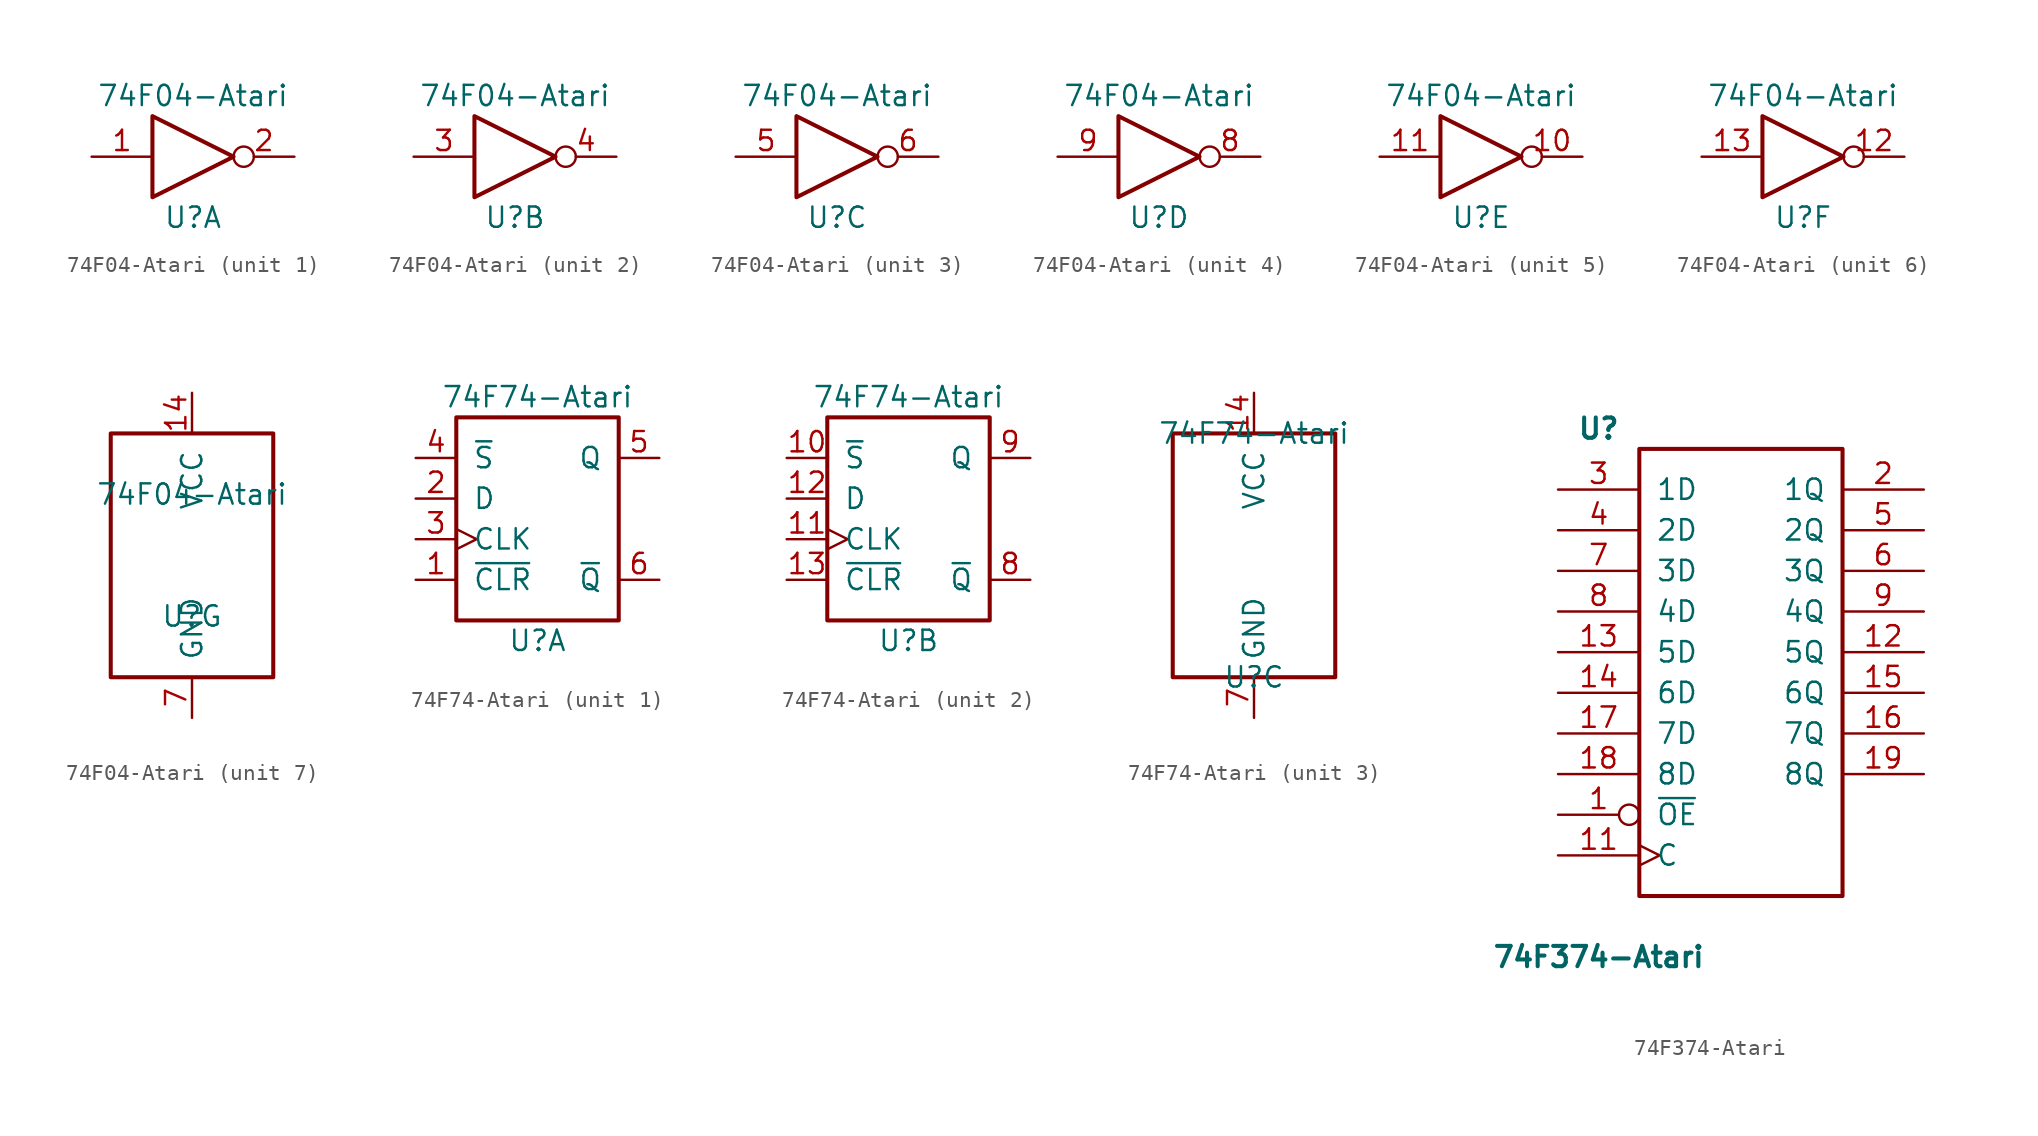
<source format=kicad_sym>
(kicad_symbol_lib
  (version 20231120)
  (generator "kicad_symbol_editor")
  (generator_version "8.0")
  (symbol "74F04-Atari"
    (pin_names
      (offset 1.016))
    (property "Reference" "U"
      (at 0 -3.81 0)
      (effects (font (size 1.27 1.27))))
    (property "Value" "74F04-Atari"
      (at 0 3.81 0)
      (effects (font (size 1.27 1.27))))
    (property "ki_locked" ""
      (at 0 0 0)
      (effects (font (size 1.27 1.27))))
    (symbol "74F04-Atari_1_0"
      (pin input line (at -6.35 0 0) (length 3.81) (name "~" (effects (font (size 1.27 1.27)))) (number "1" (effects (font (size 1.27 1.27)))))
      (pin output inverted (at 6.35 0 180) (length 3.81) (name "~" (effects (font (size 1.27 1.27)))) (number "2" (effects (font (size 1.27 1.27))))))
    (symbol "74F04-Atari_1_1"
      (polyline (pts (xy -2.54 2.54) (xy -2.54 -2.54) (xy 2.54 0) (xy -2.54 2.54)) (stroke (width 0.254) (type solid)) (fill (type none))))
    (symbol "74F04-Atari_2_0"
      (pin input line (at -6.35 0 0) (length 3.81) (name "~" (effects (font (size 1.27 1.27)))) (number "3" (effects (font (size 1.27 1.27)))))
      (pin output inverted (at 6.35 0 180) (length 3.81) (name "~" (effects (font (size 1.27 1.27)))) (number "4" (effects (font (size 1.27 1.27))))))
    (symbol "74F04-Atari_2_1"
      (polyline (pts (xy -2.54 2.54) (xy -2.54 -2.54) (xy 2.54 0) (xy -2.54 2.54)) (stroke (width 0.254) (type solid)) (fill (type none))))
    (symbol "74F04-Atari_3_0"
      (pin input line (at -6.35 0 0) (length 3.81) (name "~" (effects (font (size 1.27 1.27)))) (number "5" (effects (font (size 1.27 1.27)))))
      (pin output inverted (at 6.35 0 180) (length 3.81) (name "~" (effects (font (size 1.27 1.27)))) (number "6" (effects (font (size 1.27 1.27))))))
    (symbol "74F04-Atari_3_1"
      (polyline (pts (xy -2.54 2.54) (xy -2.54 -2.54) (xy 2.54 0) (xy -2.54 2.54)) (stroke (width 0.254) (type solid)) (fill (type none))))
    (symbol "74F04-Atari_4_0"
      (pin output inverted (at 6.35 0 180) (length 3.81) (name "~" (effects (font (size 1.27 1.27)))) (number "8" (effects (font (size 1.27 1.27)))))
      (pin input line (at -6.35 0 0) (length 3.81) (name "~" (effects (font (size 1.27 1.27)))) (number "9" (effects (font (size 1.27 1.27))))))
    (symbol "74F04-Atari_4_1"
      (polyline (pts (xy -2.54 2.54) (xy -2.54 -2.54) (xy 2.54 0) (xy -2.54 2.54)) (stroke (width 0.254) (type solid)) (fill (type none))))
    (symbol "74F04-Atari_5_0"
      (pin output inverted (at 6.35 0 180) (length 3.81) (name "~" (effects (font (size 1.27 1.27)))) (number "10" (effects (font (size 1.27 1.27)))))
      (pin input line (at -6.35 0 0) (length 3.81) (name "~" (effects (font (size 1.27 1.27)))) (number "11" (effects (font (size 1.27 1.27))))))
    (symbol "74F04-Atari_5_1"
      (polyline (pts (xy -2.54 2.54) (xy -2.54 -2.54) (xy 2.54 0) (xy -2.54 2.54)) (stroke (width 0.254) (type solid)) (fill (type none))))
    (symbol "74F04-Atari_6_0"
      (pin output inverted (at 6.35 0 180) (length 3.81) (name "~" (effects (font (size 1.27 1.27)))) (number "12" (effects (font (size 1.27 1.27)))))
      (pin input line (at -6.35 0 0) (length 3.81) (name "~" (effects (font (size 1.27 1.27)))) (number "13" (effects (font (size 1.27 1.27))))))
    (symbol "74F04-Atari_6_1"
      (polyline (pts (xy -2.54 2.54) (xy -2.54 -2.54) (xy 2.54 0) (xy -2.54 2.54)) (stroke (width 0.254) (type solid)) (fill (type none))))
    (symbol "74F04-Atari_7_0"
      (pin power_in line (at 0 10.16 270) (length 2.54) (name "VCC" (effects (font (size 1.27 1.27)))) (number "14" (effects (font (size 1.27 1.27)))))
      (pin power_in line (at 0 -10.16 90) (length 2.54) (name "GND" (effects (font (size 1.27 1.27)))) (number "7" (effects (font (size 1.27 1.27))))))
    (symbol "74F04-Atari_7_1"
      (rectangle (start -5.08 7.62) (end 5.08 -7.62) (stroke (width 0.254) (type solid)) (fill (type none)))))
  (symbol "74F74-Atari"
    (pin_names
      (offset 1.016))
    (property "Reference" "U"
      (at 0 -7.62 0)
      (effects (font (size 1.27 1.27))))
    (property "Value" "74F74-Atari"
      (at 0 7.62 0)
      (effects (font (size 1.27 1.27))))
    (property "ki_locked" ""
      (at 0 0 0)
      (effects (font (size 1.27 1.27))))
    (symbol "74F74-Atari_1_0"
      (pin input line (at -7.62 -3.81 0) (length 2.54) (name "~{CLR}" (effects (font (size 1.27 1.27)))) (number "1" (effects (font (size 1.27 1.27)))))
      (pin input line (at -7.62 1.27 0) (length 2.54) (name "D" (effects (font (size 1.27 1.27)))) (number "2" (effects (font (size 1.27 1.27)))))
      (pin input clock (at -7.62 -1.27 0) (length 2.54) (name "CLK" (effects (font (size 1.27 1.27)))) (number "3" (effects (font (size 1.27 1.27)))))
      (pin input line (at -7.62 3.81 0) (length 2.54) (name "~{S}" (effects (font (size 1.27 1.27)))) (number "4" (effects (font (size 1.27 1.27)))))
      (pin output line (at 7.62 3.81 180) (length 2.54) (name "Q" (effects (font (size 1.27 1.27)))) (number "5" (effects (font (size 1.27 1.27)))))
      (pin output line (at 7.62 -3.81 180) (length 2.54) (name "~{Q}" (effects (font (size 1.27 1.27)))) (number "6" (effects (font (size 1.27 1.27))))))
    (symbol "74F74-Atari_1_1"
      (rectangle (start -5.08 6.35) (end 5.08 -6.35) (stroke (width 0.254) (type solid)) (fill (type none))))
    (symbol "74F74-Atari_2_0"
      (pin input line (at -7.62 3.81 0) (length 2.54) (name "~{S}" (effects (font (size 1.27 1.27)))) (number "10" (effects (font (size 1.27 1.27)))))
      (pin input clock (at -7.62 -1.27 0) (length 2.54) (name "CLK" (effects (font (size 1.27 1.27)))) (number "11" (effects (font (size 1.27 1.27)))))
      (pin input line (at -7.62 1.27 0) (length 2.54) (name "D" (effects (font (size 1.27 1.27)))) (number "12" (effects (font (size 1.27 1.27)))))
      (pin input line (at -7.62 -3.81 0) (length 2.54) (name "~{CLR}" (effects (font (size 1.27 1.27)))) (number "13" (effects (font (size 1.27 1.27)))))
      (pin output line (at 7.62 -3.81 180) (length 2.54) (name "~{Q}" (effects (font (size 1.27 1.27)))) (number "8" (effects (font (size 1.27 1.27)))))
      (pin output line (at 7.62 3.81 180) (length 2.54) (name "Q" (effects (font (size 1.27 1.27)))) (number "9" (effects (font (size 1.27 1.27))))))
    (symbol "74F74-Atari_2_1"
      (rectangle (start -5.08 6.35) (end 5.08 -6.35) (stroke (width 0.254) (type solid)) (fill (type none))))
    (symbol "74F74-Atari_3_0"
      (pin power_in line (at 0 10.16 270) (length 2.54) (name "VCC" (effects (font (size 1.27 1.27)))) (number "14" (effects (font (size 1.27 1.27)))))
      (pin power_in line (at 0 -10.16 90) (length 2.54) (name "GND" (effects (font (size 1.27 1.27)))) (number "7" (effects (font (size 1.27 1.27))))))
    (symbol "74F74-Atari_3_1"
      (rectangle (start -5.08 7.62) (end 5.08 -7.62) (stroke (width 0.254) (type solid)) (fill (type none)))))
  (symbol "74F374-Atari"
    (pin_names
      (offset 1.016))
    (property "Reference" "U"
      (at -8.89 16.51 0)
      (effects (font (size 1.27 1.27) (bold yes))))
    (property "Value" "74F374-Atari"
      (at -8.89 -16.51 0)
      (effects (font (size 1.27 1.27) (bold yes))))
    (property "ki_locked" ""
      (at 0 0 0)
      (effects (font (size 1.27 1.27))))
    (symbol "74F374-Atari_1_0"
      (pin input inverted (at -11.43 -7.62 0) (length 5.08) (name "~{OE}" (effects (font (size 1.27 1.27)))) (number "1" (effects (font (size 1.27 1.27)))))
      (pin power_in line (at 0 -2.54 90) (length 0) hide (name "GND" (effects (font (size 0 0)))) (number "10" (effects (font (size 1.27 1.27)))))
      (pin input clock (at -11.43 -10.16 0) (length 5.08) (name "C" (effects (font (size 1.27 1.27)))) (number "11" (effects (font (size 1.27 1.27)))))
      (pin tri_state line (at 11.43 2.54 180) (length 5.08) (name "5Q" (effects (font (size 1.27 1.27)))) (number "12" (effects (font (size 1.27 1.27)))))
      (pin input line (at -11.43 2.54 0) (length 5.08) (name "5D" (effects (font (size 1.27 1.27)))) (number "13" (effects (font (size 1.27 1.27)))))
      (pin input line (at -11.43 0 0) (length 5.08) (name "6D" (effects (font (size 1.27 1.27)))) (number "14" (effects (font (size 1.27 1.27)))))
      (pin tri_state line (at 11.43 0 180) (length 5.08) (name "6Q" (effects (font (size 1.27 1.27)))) (number "15" (effects (font (size 1.27 1.27)))))
      (pin tri_state line (at 11.43 -2.54 180) (length 5.08) (name "7Q" (effects (font (size 1.27 1.27)))) (number "16" (effects (font (size 1.27 1.27)))))
      (pin input line (at -11.43 -2.54 0) (length 5.08) (name "7D" (effects (font (size 1.27 1.27)))) (number "17" (effects (font (size 1.27 1.27)))))
      (pin input line (at -11.43 -5.08 0) (length 5.08) (name "8D" (effects (font (size 1.27 1.27)))) (number "18" (effects (font (size 1.27 1.27)))))
      (pin tri_state line (at 11.43 -5.08 180) (length 5.08) (name "8Q" (effects (font (size 1.27 1.27)))) (number "19" (effects (font (size 1.27 1.27)))))
      (pin tri_state line (at 11.43 12.7 180) (length 5.08) (name "1Q" (effects (font (size 1.27 1.27)))) (number "2" (effects (font (size 1.27 1.27)))))
      (pin power_in line (at 0 2.54 270) (length 0) hide (name "VCC" (effects (font (size 0 0)))) (number "20" (effects (font (size 1.27 1.27)))))
      (pin input line (at -11.43 12.7 0) (length 5.08) (name "1D" (effects (font (size 1.27 1.27)))) (number "3" (effects (font (size 1.27 1.27)))))
      (pin input line (at -11.43 10.16 0) (length 5.08) (name "2D" (effects (font (size 1.27 1.27)))) (number "4" (effects (font (size 1.27 1.27)))))
      (pin tri_state line (at 11.43 10.16 180) (length 5.08) (name "2Q" (effects (font (size 1.27 1.27)))) (number "5" (effects (font (size 1.27 1.27)))))
      (pin tri_state line (at 11.43 7.62 180) (length 5.08) (name "3Q" (effects (font (size 1.27 1.27)))) (number "6" (effects (font (size 1.27 1.27)))))
      (pin input line (at -11.43 7.62 0) (length 5.08) (name "3D" (effects (font (size 1.27 1.27)))) (number "7" (effects (font (size 1.27 1.27)))))
      (pin input line (at -11.43 5.08 0) (length 5.08) (name "4D" (effects (font (size 1.27 1.27)))) (number "8" (effects (font (size 1.27 1.27)))))
      (pin tri_state line (at 11.43 5.08 180) (length 5.08) (name "4Q" (effects (font (size 1.27 1.27)))) (number "9" (effects (font (size 1.27 1.27))))))
    (symbol "74F374-Atari_1_1"
      (rectangle (start -6.35 15.24) (end 6.35 -12.7) (stroke (width 0.254) (type solid)) (fill (type none))))))
</source>
